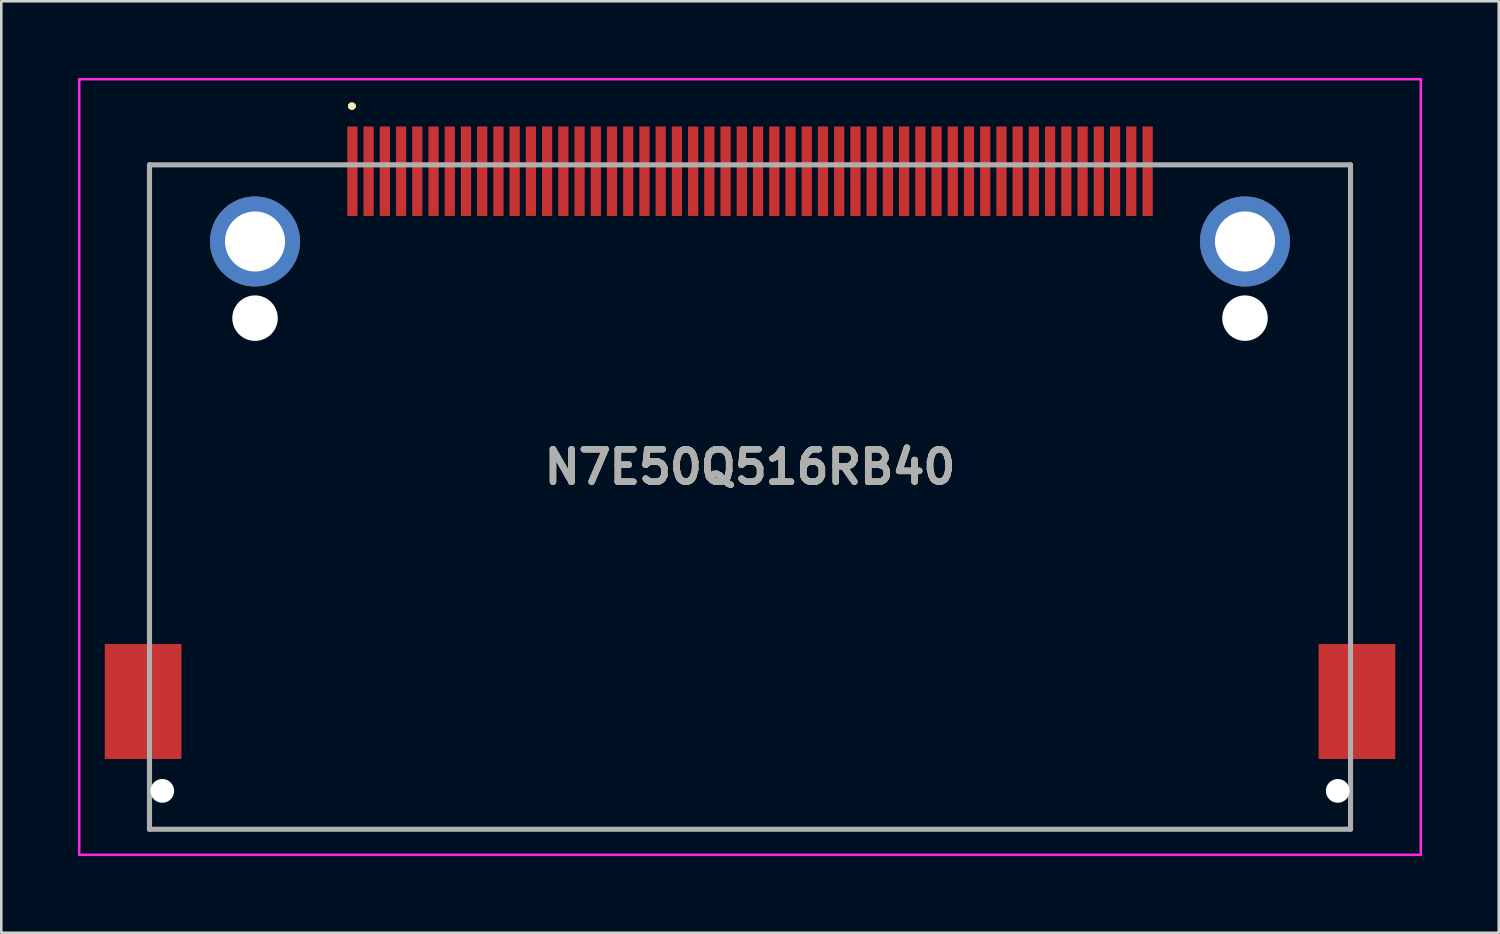
<source format=kicad_pcb>
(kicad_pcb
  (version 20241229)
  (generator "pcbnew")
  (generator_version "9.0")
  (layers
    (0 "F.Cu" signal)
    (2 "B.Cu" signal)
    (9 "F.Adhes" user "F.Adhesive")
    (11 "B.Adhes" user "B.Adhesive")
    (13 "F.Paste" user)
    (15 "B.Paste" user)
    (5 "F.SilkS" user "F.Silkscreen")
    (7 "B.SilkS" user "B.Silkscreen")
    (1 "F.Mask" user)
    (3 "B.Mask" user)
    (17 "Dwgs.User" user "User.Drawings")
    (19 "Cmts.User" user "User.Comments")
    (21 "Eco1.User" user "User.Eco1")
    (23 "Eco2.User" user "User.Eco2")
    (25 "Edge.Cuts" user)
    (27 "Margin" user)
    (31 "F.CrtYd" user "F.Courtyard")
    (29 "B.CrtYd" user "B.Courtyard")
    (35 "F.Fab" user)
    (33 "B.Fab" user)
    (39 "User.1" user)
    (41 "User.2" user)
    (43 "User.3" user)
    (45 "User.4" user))
  (footprint "N7E50Q516RB40"
    (layer "F.Cu")
    (at 26.3 6.4)
    (property "Reference" "N7E50Q516RB40" (at 0 8.825 0) (layer "F.SilkS") (effects (font (size 1.27 1.27) (thickness 0.254))))
    (attr through_hole)
    (fp_line (start -23.5 -3) (end -23.5 -3) (stroke (width 0.1) (type solid)) (layer "F.SilkS"))
    (fp_line (start -23.5 -3) (end -23.5 -3) (stroke (width 0.1) (type solid)) (layer "F.SilkS"))
    (fp_line (start -23.5 -3) (end -23.5 15) (stroke (width 0.1) (type solid)) (layer "F.SilkS"))
    (fp_line (start -23.5 -3) (end -16.38 -3) (stroke (width 0.1) (type solid)) (layer "F.SilkS"))
    (fp_line (start -23.5 15) (end -23.5 -3) (stroke (width 0.1) (type solid)) (layer "F.SilkS"))
    (fp_line (start -23.5 15) (end -23.5 15) (stroke (width 0.1) (type solid)) (layer "F.SilkS"))
    (fp_line (start -23.5 23) (end -23.5 23) (stroke (width 0.1) (type solid)) (layer "F.SilkS"))
    (fp_line (start -23.5 23) (end 23.5 23) (stroke (width 0.1) (type solid)) (layer "F.SilkS"))
    (fp_line (start -16.38 -3) (end -23.5 -3) (stroke (width 0.1) (type solid)) (layer "F.SilkS"))
    (fp_line (start -16.38 -3) (end -16.38 -3) (stroke (width 0.1) (type solid)) (layer "F.SilkS"))
    (fp_line (start -15.63 -5.3) (end -15.63 -5.3) (stroke (width 0.2) (type solid)) (layer "F.SilkS"))
    (fp_line (start -15.63 -5.3) (end -15.63 -5.3) (stroke (width 0.2) (type solid)) (layer "F.SilkS"))
    (fp_line (start -15.53 -5.3) (end -15.53 -5.3) (stroke (width 0.2) (type solid)) (layer "F.SilkS"))
    (fp_line (start 16.37 -3) (end 16.37 -3) (stroke (width 0.1) (type solid)) (layer "F.SilkS"))
    (fp_line (start 16.37 -3) (end 23.5 -3) (stroke (width 0.1) (type solid)) (layer "F.SilkS"))
    (fp_line (start 23.5 -3) (end 16.37 -3) (stroke (width 0.1) (type solid)) (layer "F.SilkS"))
    (fp_line (start 23.5 -3) (end 23.5 -3) (stroke (width 0.1) (type solid)) (layer "F.SilkS"))
    (fp_line (start 23.5 -3) (end 23.5 -3) (stroke (width 0.1) (type solid)) (layer "F.SilkS"))
    (fp_line (start 23.5 -3) (end 23.5 15) (stroke (width 0.1) (type solid)) (layer "F.SilkS"))
    (fp_line (start 23.5 15) (end 23.5 -3) (stroke (width 0.1) (type solid)) (layer "F.SilkS"))
    (fp_line (start 23.5 15) (end 23.5 15) (stroke (width 0.1) (type solid)) (layer "F.SilkS"))
    (fp_line (start 23.5 23) (end -23.5 23) (stroke (width 0.1) (type solid)) (layer "F.SilkS"))
    (fp_line (start 23.5 23) (end 23.5 23) (stroke (width 0.1) (type solid)) (layer "F.SilkS"))
    (fp_arc (start -15.63 -5.3) (mid -15.58 -5.35) (end -15.53 -5.3) (stroke (width 0.2) (type solid)) (layer "F.SilkS"))
    (fp_arc (start -15.53 -5.3) (mid -15.58 -5.25) (end -15.63 -5.3) (stroke (width 0.2) (type solid)) (layer "F.SilkS"))
    (fp_arc (start -15.53 -5.3) (mid -15.58 -5.25) (end -15.63 -5.3) (stroke (width 0.2) (type solid)) (layer "F.SilkS"))
    (fp_line (start -26.25 -6.35) (end 26.25 -6.35) (stroke (width 0.1) (type solid)) (layer "F.CrtYd"))
    (fp_line (start -26.25 24) (end -26.25 -6.35) (stroke (width 0.1) (type solid)) (layer "F.CrtYd"))
    (fp_line (start 26.25 -6.35) (end 26.25 24) (stroke (width 0.1) (type solid)) (layer "F.CrtYd"))
    (fp_line (start 26.25 24) (end -26.25 24) (stroke (width 0.1) (type solid)) (layer "F.CrtYd"))
    (fp_line (start -23.5 -3) (end -23.5 23) (stroke (width 0.2) (type solid)) (layer "F.Fab"))
    (fp_line (start -23.5 23) (end 23.5 23) (stroke (width 0.2) (type solid)) (layer "F.Fab"))
    (fp_line (start 23.5 -3) (end -23.5 -3) (stroke (width 0.2) (type solid)) (layer "F.Fab"))
    (fp_line (start 23.5 23) (end 23.5 -3) (stroke (width 0.2) (type solid)) (layer "F.Fab"))
    (fp_text user "${REFERENCE}" (at 0 8.825 0) (layer "F.Fab") (effects (font (size 1.27 1.27) (thickness 0.254))))
    (pad "" np_thru_hole circle (at -23 21.5) (size 0.93 0.93) (drill 0.93) (layers "*.Cu" "*.Mask"))
    (pad "" np_thru_hole circle (at -19.37 3) (size 1.78 1.78) (drill 1.78) (layers "*.Cu" "*.Mask"))
    (pad "" np_thru_hole circle (at 19.37 3) (size 1.78 1.78) (drill 1.78) (layers "*.Cu" "*.Mask"))
    (pad "" np_thru_hole circle (at 23 21.5) (size 0.93 0.93) (drill 0.93) (layers "*.Cu" "*.Mask"))
    (pad "1" smd rect (at -15.56 -2.75) (size 0.4 3.5) (layers "F.Cu" "F.Mask" "F.Paste"))
    (pad "2" smd rect (at -14.29 -2.75) (size 0.4 3.5) (layers "F.Cu" "F.Mask" "F.Paste"))
    (pad "3" smd rect (at -13.02 -2.75) (size 0.4 3.5) (layers "F.Cu" "F.Mask" "F.Paste"))
    (pad "4" smd rect (at -11.75 -2.75) (size 0.4 3.5) (layers "F.Cu" "F.Mask" "F.Paste"))
    (pad "5" smd rect (at -10.48 -2.75) (size 0.4 3.5) (layers "F.Cu" "F.Mask" "F.Paste"))
    (pad "6" smd rect (at -9.21 -2.75) (size 0.4 3.5) (layers "F.Cu" "F.Mask" "F.Paste"))
    (pad "7" smd rect (at -7.94 -2.75) (size 0.4 3.5) (layers "F.Cu" "F.Mask" "F.Paste"))
    (pad "8" smd rect (at -6.67 -2.75) (size 0.4 3.5) (layers "F.Cu" "F.Mask" "F.Paste"))
    (pad "9" smd rect (at -5.4 -2.75) (size 0.4 3.5) (layers "F.Cu" "F.Mask" "F.Paste"))
    (pad "10" smd rect (at -4.13 -2.75) (size 0.4 3.5) (layers "F.Cu" "F.Mask" "F.Paste"))
    (pad "11" smd rect (at -2.86 -2.75) (size 0.4 3.5) (layers "F.Cu" "F.Mask" "F.Paste"))
    (pad "12" smd rect (at -1.59 -2.75) (size 0.4 3.5) (layers "F.Cu" "F.Mask" "F.Paste"))
    (pad "13" smd rect (at -0.32 -2.75) (size 0.4 3.5) (layers "F.Cu" "F.Mask" "F.Paste"))
    (pad "14" smd rect (at 0.95 -2.75) (size 0.4 3.5) (layers "F.Cu" "F.Mask" "F.Paste"))
    (pad "15" smd rect (at 2.22 -2.75) (size 0.4 3.5) (layers "F.Cu" "F.Mask" "F.Paste"))
    (pad "16" smd rect (at 3.49 -2.75) (size 0.4 3.5) (layers "F.Cu" "F.Mask" "F.Paste"))
    (pad "17" smd rect (at 4.76 -2.75) (size 0.4 3.5) (layers "F.Cu" "F.Mask" "F.Paste"))
    (pad "18" smd rect (at 6.03 -2.75) (size 0.4 3.5) (layers "F.Cu" "F.Mask" "F.Paste"))
    (pad "19" smd rect (at 7.3 -2.75) (size 0.4 3.5) (layers "F.Cu" "F.Mask" "F.Paste"))
    (pad "20" smd rect (at 8.57 -2.75) (size 0.4 3.5) (layers "F.Cu" "F.Mask" "F.Paste"))
    (pad "21" smd rect (at 9.84 -2.75) (size 0.4 3.5) (layers "F.Cu" "F.Mask" "F.Paste"))
    (pad "22" smd rect (at 11.11 -2.75) (size 0.4 3.5) (layers "F.Cu" "F.Mask" "F.Paste"))
    (pad "23" smd rect (at 12.38 -2.75) (size 0.4 3.5) (layers "F.Cu" "F.Mask" "F.Paste"))
    (pad "24" smd rect (at 13.65 -2.75) (size 0.4 3.5) (layers "F.Cu" "F.Mask" "F.Paste"))
    (pad "25" smd rect (at 14.92 -2.75) (size 0.4 3.5) (layers "F.Cu" "F.Mask" "F.Paste"))
    (pad "26" smd rect (at -14.925 -2.75) (size 0.4 3.5) (layers "F.Cu" "F.Mask" "F.Paste"))
    (pad "27" smd rect (at -13.655 -2.75) (size 0.4 3.5) (layers "F.Cu" "F.Mask" "F.Paste"))
    (pad "28" smd rect (at -12.385 -2.75) (size 0.4 3.5) (layers "F.Cu" "F.Mask" "F.Paste"))
    (pad "29" smd rect (at -11.115 -2.75) (size 0.4 3.5) (layers "F.Cu" "F.Mask" "F.Paste"))
    (pad "30" smd rect (at -9.845 -2.75) (size 0.4 3.5) (layers "F.Cu" "F.Mask" "F.Paste"))
    (pad "31" smd rect (at -8.575 -2.75) (size 0.4 3.5) (layers "F.Cu" "F.Mask" "F.Paste"))
    (pad "32" smd rect (at -7.305 -2.75) (size 0.4 3.5) (layers "F.Cu" "F.Mask" "F.Paste"))
    (pad "33" smd rect (at -6.035 -2.75) (size 0.4 3.5) (layers "F.Cu" "F.Mask" "F.Paste"))
    (pad "34" smd rect (at -4.765 -2.75) (size 0.4 3.5) (layers "F.Cu" "F.Mask" "F.Paste"))
    (pad "35" smd rect (at -3.495 -2.75) (size 0.4 3.5) (layers "F.Cu" "F.Mask" "F.Paste"))
    (pad "36" smd rect (at -2.225 -2.75) (size 0.4 3.5) (layers "F.Cu" "F.Mask" "F.Paste"))
    (pad "37" smd rect (at -0.955 -2.75) (size 0.4 3.5) (layers "F.Cu" "F.Mask" "F.Paste"))
    (pad "38" smd rect (at 0.315 -2.75) (size 0.4 3.5) (layers "F.Cu" "F.Mask" "F.Paste"))
    (pad "39" smd rect (at 1.585 -2.75) (size 0.4 3.5) (layers "F.Cu" "F.Mask" "F.Paste"))
    (pad "40" smd rect (at 2.855 -2.75) (size 0.4 3.5) (layers "F.Cu" "F.Mask" "F.Paste"))
    (pad "41" smd rect (at 4.125 -2.75) (size 0.4 3.5) (layers "F.Cu" "F.Mask" "F.Paste"))
    (pad "42" smd rect (at 5.395 -2.75) (size 0.4 3.5) (layers "F.Cu" "F.Mask" "F.Paste"))
    (pad "43" smd rect (at 6.665 -2.75) (size 0.4 3.5) (layers "F.Cu" "F.Mask" "F.Paste"))
    (pad "44" smd rect (at 7.935 -2.75) (size 0.4 3.5) (layers "F.Cu" "F.Mask" "F.Paste"))
    (pad "45" smd rect (at 9.205 -2.75) (size 0.4 3.5) (layers "F.Cu" "F.Mask" "F.Paste"))
    (pad "46" smd rect (at 10.475 -2.75) (size 0.4 3.5) (layers "F.Cu" "F.Mask" "F.Paste"))
    (pad "47" smd rect (at 11.745 -2.75) (size 0.4 3.5) (layers "F.Cu" "F.Mask" "F.Paste"))
    (pad "48" smd rect (at 13.015 -2.75) (size 0.4 3.5) (layers "F.Cu" "F.Mask" "F.Paste"))
    (pad "49" smd rect (at 14.285 -2.75) (size 0.4 3.5) (layers "F.Cu" "F.Mask" "F.Paste"))
    (pad "50" smd rect (at 15.56 -2.75) (size 0.4 3.5) (layers "F.Cu" "F.Mask" "F.Paste"))
    (pad "MH1" thru_hole circle (at -19.37 0) (size 3.525 3.525) (drill 2.35) (layers "*.Cu" "*.Mask"))
    (pad "MH2" thru_hole circle (at 19.37 0) (size 3.525 3.525) (drill 2.35) (layers "*.Cu" "*.Mask"))
    (pad "MP1" smd rect (at -23.75 18) (size 3 4.5) (layers "F.Cu" "F.Mask" "F.Paste"))
    (pad "MP2" smd rect (at 23.75 18) (size 3 4.5) (layers "F.Cu" "F.Mask" "F.Paste")))
  (gr_rect
    (start -3 -3)
    (end 55.6 33.45)
    (stroke (width 0.1) (type default))
    (fill no)
    (layer "Edge.Cuts")))
</source>
